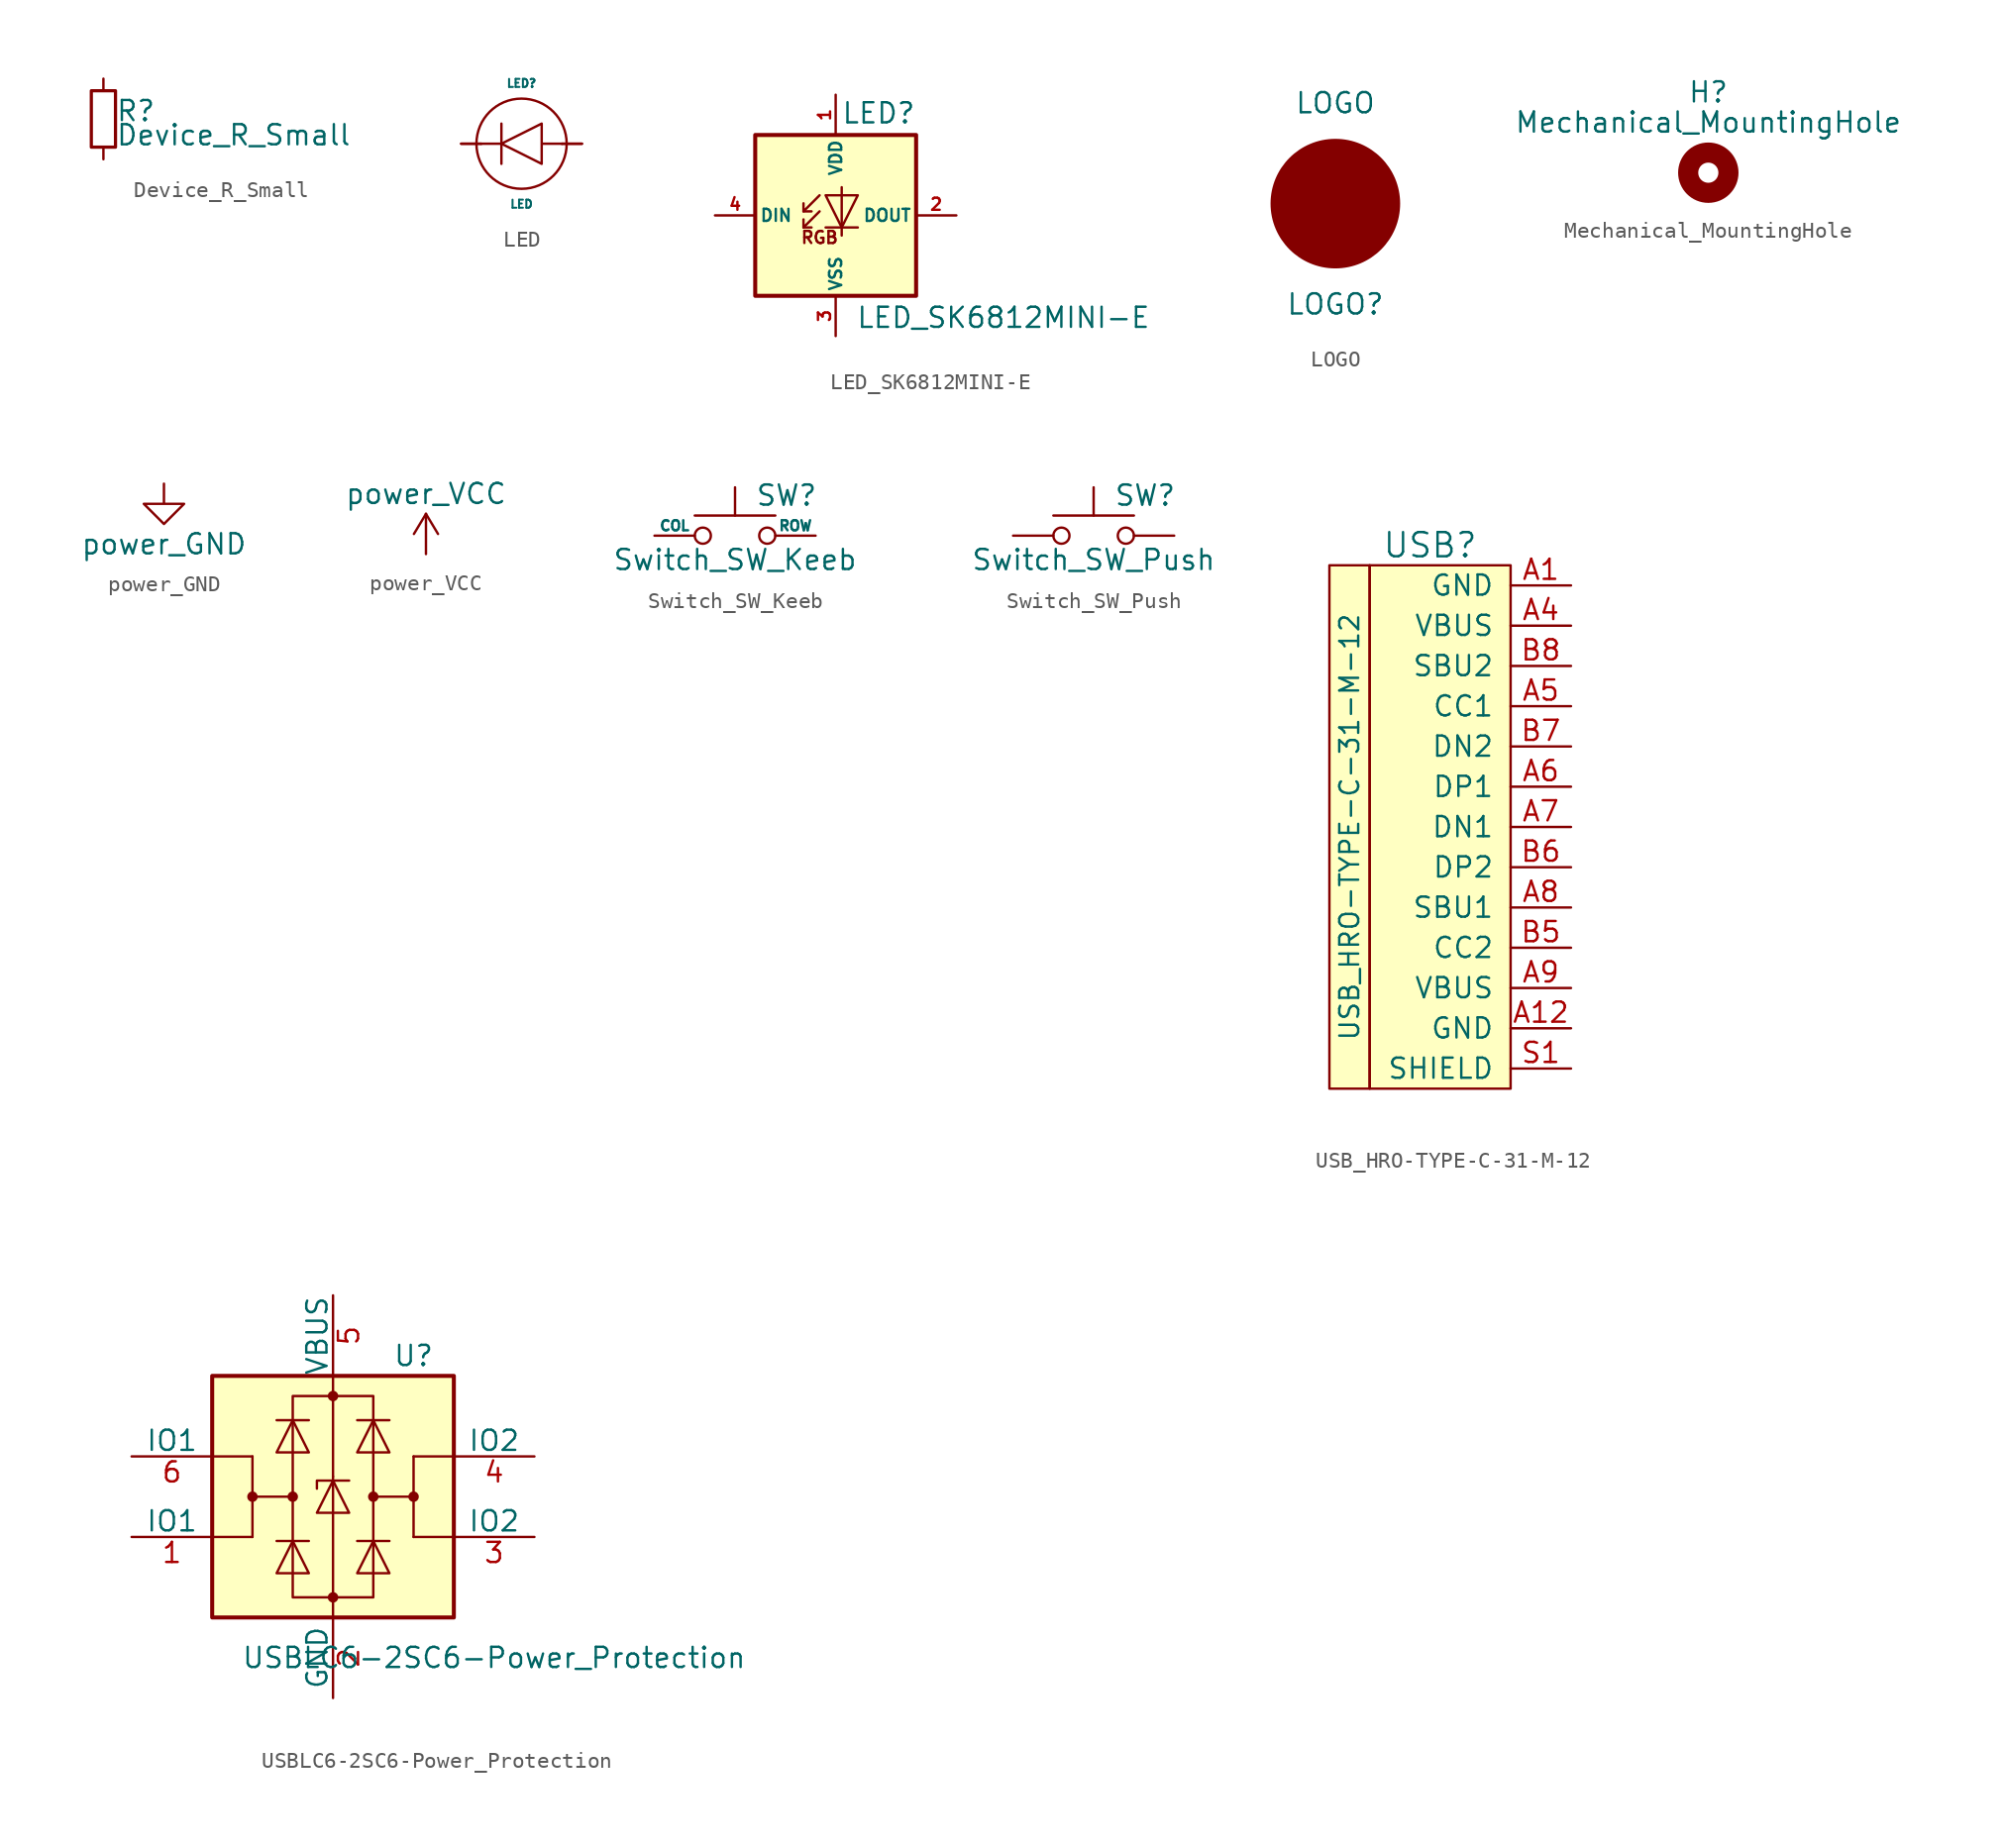
<source format=kicad_sym>
(kicad_symbol_lib
  (version 20201005)
  (generator kicad_symbol_editor)
  (symbol "arisutea-pcb:Device_R_Small"
    (pin_numbers hide)
    (pin_names
      (offset 0.254) hide)
    (property "Reference" "R"
      (at 0.762 0.508 0)
      (effects (font (size 1.27 1.27)) (justify left)))
    (property "Value" "Device_R_Small"
      (at 0.762 -1.016 0)
      (effects (font (size 1.27 1.27)) (justify left)))
    (symbol "Device_R_Small_0_1"
      (rectangle (start -0.762 1.778) (end 0.762 -1.778) (stroke (width 0.203)) (fill (type none))))
    (symbol "Device_R_Small_1_1"
      (pin passive line (at 0 2.54 270) (length 0.762) (name "~" (effects (font (size 1.27 1.27)))) (number "1" (effects (font (size 1.27 1.27)))))
      (pin passive line (at 0 -2.54 90) (length 0.762) (name "~" (effects (font (size 1.27 1.27)))) (number "2" (effects (font (size 1.27 1.27)))))))
  (symbol "arisutea-pcb:LED"
    (pin_names
      (offset 1.016))
    (property "Reference" "LED"
      (at 0 3.81 0)
      (effects (font (size 0.508 0.508))))
    (property "Value" "LED"
      (at 0 -3.81 0)
      (effects (font (size 0.508 0.508))))
    (symbol "LED_0_1"
      (circle (center 0 0) (radius 2.845) (stroke (width 0)) (fill (type none)))
      (polyline (pts (xy -2.54 0) (xy -3.81 0)) (stroke (width 0)) (fill (type none)))
      (polyline (pts (xy -1.27 -1.27) (xy -1.27 1.27)) (stroke (width 0)) (fill (type none)))
      (polyline (pts (xy -1.27 0) (xy -2.54 0)) (stroke (width 0)) (fill (type none)))
      (polyline (pts (xy 2.54 0) (xy 3.81 0)) (stroke (width 0)) (fill (type none)))
      (polyline (pts (xy 2.54 0) (xy 1.27 0) (xy 1.27 -1.27) (xy 1.27 1.27) (xy -1.27 0) (xy 1.27 -1.27) (xy 1.27 0)) (stroke (width 0)) (fill (type none))))
    (symbol "LED_1_1"
      (pin input line (at 3.81 0 180) (length 1.27) (name "A" (effects (font (size 0 0)))) (number "A" (effects (font (size 0 0)))))
      (pin output line (at -3.81 0 0) (length 1.27) (name "C" (effects (font (size 0 0)))) (number "C" (effects (font (size 0 0)))))))
  (symbol "arisutea-pcb:LED_SK6812MINI-E"
    (pin_names
      (offset 0.254))
    (property "Reference" "LED"
      (at 5.08 5.715 0)
      (effects (font (size 1.27 1.27)) (justify right bottom)))
    (property "Value" "LED_SK6812MINI-E"
      (at 1.27 -5.715 0)
      (effects (font (size 1.27 1.27)) (justify left top)))
    (symbol "LED_SK6812MINI-E_0_0"
      (text "RGB" (at -1.016 -1.397 0) (effects (font (size 0.762 0.762)))))
    (symbol "LED_SK6812MINI-E_0_1"
      (rectangle (start 5.08 5.08) (end -5.08 -5.08) (stroke (width 0.254)) (fill (type background)))
      (polyline (pts (xy -2.032 -0.762) (xy -1.524 -0.762)) (stroke (width 0)) (fill (type none)))
      (polyline (pts (xy -2.032 0.254) (xy -1.524 0.254)) (stroke (width 0)) (fill (type none)))
      (polyline (pts (xy 1.397 -0.762) (xy -0.635 -0.762)) (stroke (width 0)) (fill (type none)))
      (polyline (pts (xy -1.016 0.254) (xy -2.032 -0.762) (xy -2.032 -0.254)) (stroke (width 0)) (fill (type none)))
      (polyline (pts (xy -1.016 1.27) (xy -2.032 0.254) (xy -2.032 0.762)) (stroke (width 0)) (fill (type none)))
      (polyline (pts (xy 0.381 1.778) (xy 0.381 -0.762) (xy 0.381 -1.27)) (stroke (width 0)) (fill (type none)))
      (polyline (pts (xy 1.397 1.27) (xy -0.635 1.27) (xy 0.381 -0.762) (xy 1.397 1.27)) (stroke (width 0)) (fill (type none))))
    (symbol "LED_SK6812MINI-E_1_1"
      (pin power_in line (at 0 7.62 270) (length 2.54) (name "VDD" (effects (font (size 0.762 0.762)))) (number "1" (effects (font (size 0.762 0.762)))))
      (pin output line (at 7.62 0 180) (length 2.54) (name "DOUT" (effects (font (size 0.762 0.762)))) (number "2" (effects (font (size 0.762 0.762)))))
      (pin power_in line (at 0 -7.62 90) (length 2.54) (name "VSS" (effects (font (size 0.762 0.762)))) (number "3" (effects (font (size 0.762 0.762)))))
      (pin input line (at -7.62 0 0) (length 2.54) (name "DIN" (effects (font (size 0.762 0.762)))) (number "4" (effects (font (size 0.762 0.762)))))))
  (symbol "arisutea-pcb:LOGO"
    (pin_numbers hide)
    (pin_names
      (offset 0) hide)
    (property "Reference" "LOGO"
      (at 0 -6.35 0)
      (effects (font (size 1.27 1.27))))
    (property "Value" "LOGO"
      (at 0 6.35 0)
      (effects (font (size 1.27 1.27))))
    (symbol "LOGO_0_1"
      (circle (center 0 0) (radius 4.013) (stroke (width 0)) (fill (type outline)))))
  (symbol "arisutea-pcb:Mechanical_MountingHole"
    (pin_names
      (offset 1.016))
    (property "Reference" "H"
      (at 0 5.08 0)
      (effects (font (size 1.27 1.27))))
    (property "Value" "Mechanical_MountingHole"
      (at 0 3.175 0)
      (effects (font (size 1.27 1.27))))
    (symbol "Mechanical_MountingHole_0_1"
      (circle (center 0 0) (radius 1.27) (stroke (width 1.27)) (fill (type none)))))
  (symbol "arisutea-pcb:power_GND"
    (power)
    (pin_names
      (offset 0))
    (property "Reference" "#PWR"
      (at 0 -6.35 0)
      (effects (font (size 1.27 1.27)) hide))
    (property "Value" "power_GND"
      (at 0 -3.81 0)
      (effects (font (size 1.27 1.27))))
    (symbol "power_GND_0_1"
      (polyline (pts (xy 0 0) (xy 0 -1.27) (xy 1.27 -1.27) (xy 0 -2.54) (xy -1.27 -1.27) (xy 0 -1.27)) (stroke (width 0)) (fill (type none))))
    (symbol "power_GND_1_1"
      (pin power_in line (at 0 0 270) (length 0) hide (name "GND" (effects (font (size 1.27 1.27)))) (number "1" (effects (font (size 1.27 1.27)))))))
  (symbol "arisutea-pcb:power_VCC"
    (power)
    (pin_names
      (offset 0))
    (property "Reference" "#PWR"
      (at 0 -3.81 0)
      (effects (font (size 1.27 1.27)) hide))
    (property "Value" "power_VCC"
      (at 0 3.81 0)
      (effects (font (size 1.27 1.27))))
    (symbol "power_VCC_0_1"
      (polyline (pts (xy -0.762 1.27) (xy 0 2.54)) (stroke (width 0)) (fill (type none)))
      (polyline (pts (xy 0 0) (xy 0 2.54)) (stroke (width 0)) (fill (type none)))
      (polyline (pts (xy 0 2.54) (xy 0.762 1.27)) (stroke (width 0)) (fill (type none))))
    (symbol "power_VCC_1_1"
      (pin power_in line (at 0 0 90) (length 0) hide (name "VCC" (effects (font (size 1.27 1.27)))) (number "1" (effects (font (size 1.27 1.27)))))))
  (symbol "arisutea-pcb:Switch_SW_Keeb"
    (pin_numbers hide)
    (pin_names
      (offset 0))
    (property "Reference" "SW"
      (at 1.27 2.54 0)
      (effects (font (size 1.27 1.27)) (justify left)))
    (property "Value" "Switch_SW_Keeb"
      (at 0 -1.524 0)
      (effects (font (size 1.27 1.27))))
    (symbol "Switch_SW_Keeb_0_1"
      (circle (center -2.032 0) (radius 0.508) (stroke (width 0)) (fill (type none)))
      (circle (center 2.032 0) (radius 0.508) (stroke (width 0)) (fill (type none)))
      (polyline (pts (xy 0 1.27) (xy 0 3.048)) (stroke (width 0)) (fill (type none)))
      (polyline (pts (xy 2.54 1.27) (xy -2.54 1.27)) (stroke (width 0)) (fill (type none))))
    (symbol "Switch_SW_Keeb_1_1"
      (pin passive line (at -5.08 0 0) (length 2.54) (name "COL" (effects (font (size 0.635 0.635)))) (number "1" (effects (font (size 0.635 0.635)))))
      (pin passive line (at 5.08 0 180) (length 2.54) (name "ROW" (effects (font (size 0.635 0.635)))) (number "2" (effects (font (size 0.635 0.635)))))))
  (symbol "arisutea-pcb:Switch_SW_Push"
    (pin_numbers hide)
    (pin_names
      (offset 1.016) hide)
    (property "Reference" "SW"
      (at 1.27 2.54 0)
      (effects (font (size 1.27 1.27)) (justify left)))
    (property "Value" "Switch_SW_Push"
      (at 0 -1.524 0)
      (effects (font (size 1.27 1.27))))
    (symbol "Switch_SW_Push_0_1"
      (circle (center -2.032 0) (radius 0.508) (stroke (width 0)) (fill (type none)))
      (circle (center 2.032 0) (radius 0.508) (stroke (width 0)) (fill (type none)))
      (polyline (pts (xy 0 1.27) (xy 0 3.048)) (stroke (width 0)) (fill (type none)))
      (polyline (pts (xy 2.54 1.27) (xy -2.54 1.27)) (stroke (width 0)) (fill (type none)))
      (pin passive line (at -5.08 0 0) (length 2.54) (name "1" (effects (font (size 1.27 1.27)))) (number "1" (effects (font (size 1.27 1.27)))))
      (pin passive line (at 5.08 0 180) (length 2.54) (name "2" (effects (font (size 1.27 1.27)))) (number "2" (effects (font (size 1.27 1.27)))))))
  (symbol "arisutea-pcb:USB_HRO-TYPE-C-31-M-12"
    (pin_names
      (offset 1.016))
    (property "Reference" "USB"
      (at -5.08 16.51 0)
      (effects (font (size 1.524 1.524))))
    (property "Value" "USB_HRO-TYPE-C-31-M-12"
      (at -10.16 -1.27 90)
      (effects (font (size 1.194 1.194))))
    (symbol "USB_HRO-TYPE-C-31-M-12_0_1"
      (rectangle (start -11.43 15.24) (end -8.89 -17.78) (stroke (width 0)) (fill (type background)))
      (rectangle (start 0 -17.78) (end -8.89 15.24) (stroke (width 0)) (fill (type background))))
    (symbol "USB_HRO-TYPE-C-31-M-12_1_1"
      (pin input line (at 3.81 13.97 180) (length 3.81) (name "GND" (effects (font (size 1.27 1.27)))) (number "A1" (effects (font (size 1.27 1.27)))))
      (pin input line (at 3.81 -13.97 180) (length 3.81) (name "GND" (effects (font (size 1.27 1.27)))) (number "A12" (effects (font (size 1.27 1.27)))))
      (pin input line (at 3.81 11.43 180) (length 3.81) (name "VBUS" (effects (font (size 1.27 1.27)))) (number "A4" (effects (font (size 1.27 1.27)))))
      (pin input line (at 3.81 6.35 180) (length 3.81) (name "CC1" (effects (font (size 1.27 1.27)))) (number "A5" (effects (font (size 1.27 1.27)))))
      (pin input line (at 3.81 1.27 180) (length 3.81) (name "DP1" (effects (font (size 1.27 1.27)))) (number "A6" (effects (font (size 1.27 1.27)))))
      (pin input line (at 3.81 -1.27 180) (length 3.81) (name "DN1" (effects (font (size 1.27 1.27)))) (number "A7" (effects (font (size 1.27 1.27)))))
      (pin input line (at 3.81 -6.35 180) (length 3.81) (name "SBU1" (effects (font (size 1.27 1.27)))) (number "A8" (effects (font (size 1.27 1.27)))))
      (pin input line (at 3.81 -11.43 180) (length 3.81) (name "VBUS" (effects (font (size 1.27 1.27)))) (number "A9" (effects (font (size 1.27 1.27)))))
      (pin input line (at 3.81 -8.89 180) (length 3.81) (name "CC2" (effects (font (size 1.27 1.27)))) (number "B5" (effects (font (size 1.27 1.27)))))
      (pin input line (at 3.81 -3.81 180) (length 3.81) (name "DP2" (effects (font (size 1.27 1.27)))) (number "B6" (effects (font (size 1.27 1.27)))))
      (pin input line (at 3.81 3.81 180) (length 3.81) (name "DN2" (effects (font (size 1.27 1.27)))) (number "B7" (effects (font (size 1.27 1.27)))))
      (pin input line (at 3.81 8.89 180) (length 3.81) (name "SBU2" (effects (font (size 1.27 1.27)))) (number "B8" (effects (font (size 1.27 1.27)))))
      (pin input line (at 3.81 -16.51 180) (length 3.81) (name "SHIELD" (effects (font (size 1.27 1.27)))) (number "S1" (effects (font (size 1.27 1.27)))))))
  (symbol "arisutea-pcb:USBLC6-2SC6-Power_Protection"
    (pin_names
      (offset 0))
    (property "Reference" "U"
      (at 5.08 8.89 0)
      (effects (font (size 1.27 1.27))))
    (property "Value" "USBLC6-2SC6-Power_Protection"
      (at 10.16 -10.16 0)
      (effects (font (size 1.27 1.27))))
    (symbol "USBLC6-2SC6-Power_Protection_0_1"
      (circle (center -5.08 0) (radius 0.254) (stroke (width 0)) (fill (type outline)))
      (circle (center -2.54 0) (radius 0.254) (stroke (width 0)) (fill (type outline)))
      (circle (center 0 -6.35) (radius 0.254) (stroke (width 0)) (fill (type outline)))
      (circle (center 0 6.35) (radius 0.254) (stroke (width 0)) (fill (type outline)))
      (circle (center 2.54 0) (radius 0.254) (stroke (width 0)) (fill (type outline)))
      (circle (center 5.08 0) (radius 0.254) (stroke (width 0)) (fill (type outline)))
      (rectangle (start -2.54 6.35) (end 2.54 -6.35) (stroke (width 0)) (fill (type none)))
      (rectangle (start -7.62 -7.62) (end 7.62 7.62) (stroke (width 0.254)) (fill (type background)))
      (polyline (pts (xy -5.08 -2.54) (xy -7.62 -2.54)) (stroke (width 0)) (fill (type none)))
      (polyline (pts (xy -5.08 0) (xy -5.08 -2.54)) (stroke (width 0)) (fill (type none)))
      (polyline (pts (xy -5.08 2.54) (xy -7.62 2.54)) (stroke (width 0)) (fill (type none)))
      (polyline (pts (xy -1.524 -2.794) (xy -3.556 -2.794)) (stroke (width 0)) (fill (type none)))
      (polyline (pts (xy -1.524 4.826) (xy -3.556 4.826)) (stroke (width 0)) (fill (type none)))
      (polyline (pts (xy 0 -7.62) (xy 0 -6.35)) (stroke (width 0)) (fill (type none)))
      (polyline (pts (xy 0 -6.35) (xy 0 1.27)) (stroke (width 0)) (fill (type none)))
      (polyline (pts (xy 0 1.27) (xy 0 6.35)) (stroke (width 0)) (fill (type none)))
      (polyline (pts (xy 0 6.35) (xy 0 7.62)) (stroke (width 0)) (fill (type none)))
      (polyline (pts (xy 1.524 -2.794) (xy 3.556 -2.794)) (stroke (width 0)) (fill (type none)))
      (polyline (pts (xy 1.524 4.826) (xy 3.556 4.826)) (stroke (width 0)) (fill (type none)))
      (polyline (pts (xy 5.08 -2.54) (xy 7.62 -2.54)) (stroke (width 0)) (fill (type none)))
      (polyline (pts (xy 5.08 0) (xy 5.08 -2.54)) (stroke (width 0)) (fill (type none)))
      (polyline (pts (xy 5.08 2.54) (xy 7.62 2.54)) (stroke (width 0)) (fill (type none)))
      (polyline (pts (xy -2.54 0) (xy -5.08 0) (xy -5.08 2.54)) (stroke (width 0)) (fill (type none)))
      (polyline (pts (xy 2.54 0) (xy 5.08 0) (xy 5.08 2.54)) (stroke (width 0)) (fill (type none)))
      (polyline (pts (xy -3.556 -4.826) (xy -1.524 -4.826) (xy -2.54 -2.794) (xy -3.556 -4.826)) (stroke (width 0)) (fill (type none)))
      (polyline (pts (xy -3.556 2.794) (xy -1.524 2.794) (xy -2.54 4.826) (xy -3.556 2.794)) (stroke (width 0)) (fill (type none)))
      (polyline (pts (xy -1.016 -1.016) (xy 1.016 -1.016) (xy 0 1.016) (xy -1.016 -1.016)) (stroke (width 0)) (fill (type none)))
      (polyline (pts (xy 1.016 1.016) (xy 0.762 1.016) (xy -1.016 1.016) (xy -1.016 0.508)) (stroke (width 0)) (fill (type none)))
      (polyline (pts (xy 3.556 -4.826) (xy 1.524 -4.826) (xy 2.54 -2.794) (xy 3.556 -4.826)) (stroke (width 0)) (fill (type none)))
      (polyline (pts (xy 3.556 2.794) (xy 1.524 2.794) (xy 2.54 4.826) (xy 3.556 2.794)) (stroke (width 0)) (fill (type none))))
    (symbol "USBLC6-2SC6-Power_Protection_1_1"
      (pin passive line (at -12.7 -2.54 0) (length 5.08) (name "IO1" (effects (font (size 1.27 1.27)))) (number "1" (effects (font (size 1.27 1.27)))))
      (pin passive line (at 0 -12.7 90) (length 5.08) (name "GND" (effects (font (size 1.27 1.27)))) (number "2" (effects (font (size 1.27 1.27)))))
      (pin passive line (at 12.7 -2.54 180) (length 5.08) (name "IO2" (effects (font (size 1.27 1.27)))) (number "3" (effects (font (size 1.27 1.27)))))
      (pin passive line (at 12.7 2.54 180) (length 5.08) (name "IO2" (effects (font (size 1.27 1.27)))) (number "4" (effects (font (size 1.27 1.27)))))
      (pin passive line (at 0 12.7 270) (length 5.08) (name "VBUS" (effects (font (size 1.27 1.27)))) (number "5" (effects (font (size 1.27 1.27)))))
      (pin passive line (at -12.7 2.54 0) (length 5.08) (name "IO1" (effects (font (size 1.27 1.27)))) (number "6" (effects (font (size 1.27 1.27))))))))
</source>
